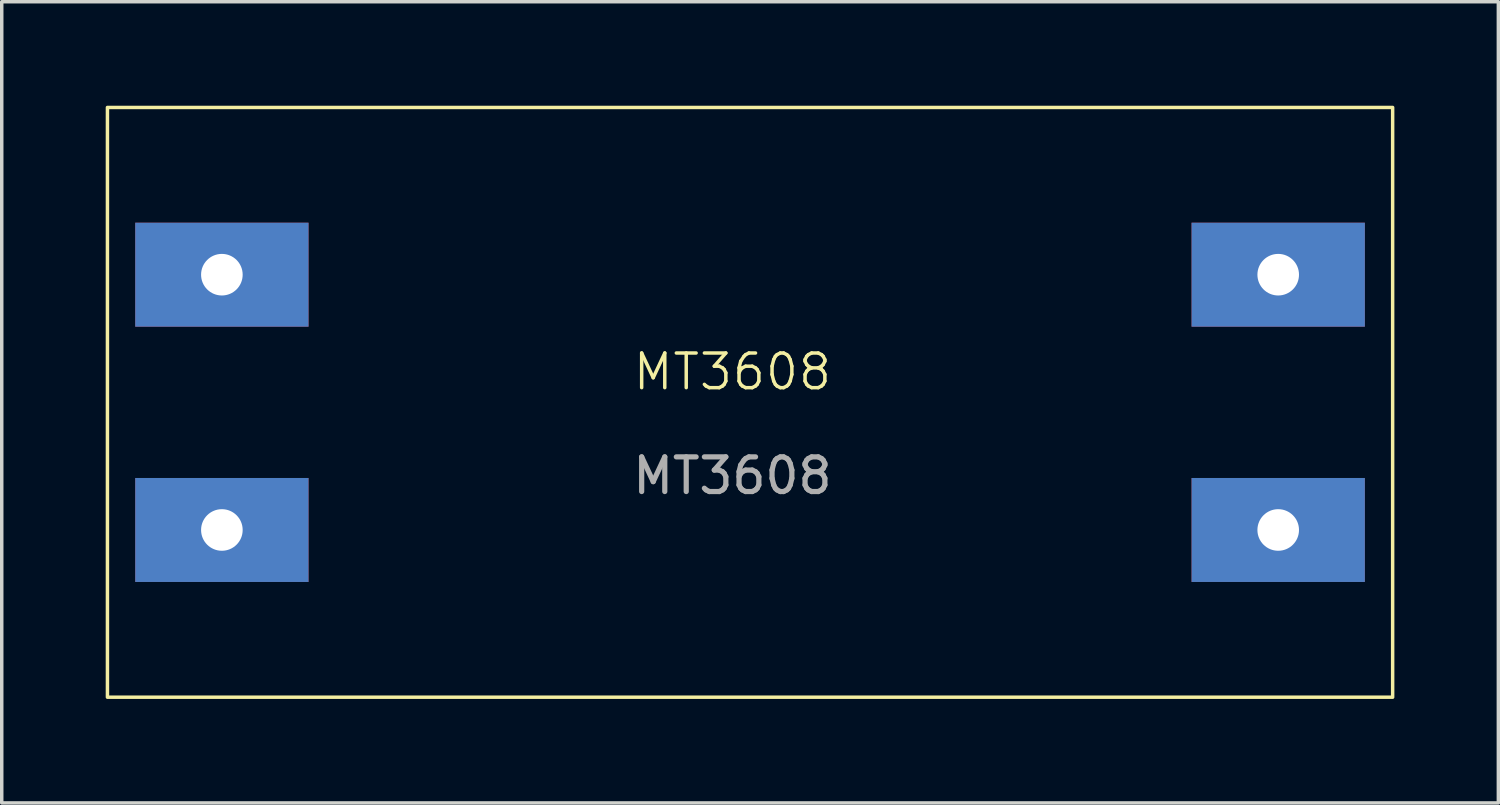
<source format=kicad_pcb>
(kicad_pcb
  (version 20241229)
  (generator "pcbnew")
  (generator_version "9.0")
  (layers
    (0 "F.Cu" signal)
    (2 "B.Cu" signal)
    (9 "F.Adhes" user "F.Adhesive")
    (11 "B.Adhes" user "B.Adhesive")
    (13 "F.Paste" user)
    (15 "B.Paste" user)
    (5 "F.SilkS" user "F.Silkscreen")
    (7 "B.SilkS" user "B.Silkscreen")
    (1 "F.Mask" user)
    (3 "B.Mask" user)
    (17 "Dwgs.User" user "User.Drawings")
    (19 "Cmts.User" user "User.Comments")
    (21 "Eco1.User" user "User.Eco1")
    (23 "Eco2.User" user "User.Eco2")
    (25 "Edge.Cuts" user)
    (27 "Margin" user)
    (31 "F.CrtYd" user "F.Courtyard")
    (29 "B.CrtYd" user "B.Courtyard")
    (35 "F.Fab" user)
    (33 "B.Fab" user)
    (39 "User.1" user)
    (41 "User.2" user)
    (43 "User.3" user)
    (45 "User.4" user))
  (footprint "MT3608"
    (layer "F.Cu")
    (at 18.084 8.178)
    (property "Reference" "MT3608" (at 0 -0.5 0) (unlocked yes) (layer "F.SilkS") (effects (font (size 1 1) (thickness 0.1))))
    (attr through_hole)
    (fp_rect (start -18.034 -8.128) (end 19.05 8.89) (stroke (width 0.1) (type default)) (fill no) (layer "F.SilkS"))
    (fp_text user "${REFERENCE}" (at 0 2.5 0) (unlocked yes) (layer "F.Fab") (effects (font (size 1 1) (thickness 0.15))))
    (pad "1" thru_hole rect (at -14.732 -3.302) (size 5 3) (drill 1.2) (layers "*.Cu" "*.Mask"))
    (pad "2" thru_hole rect (at -14.732 4.064) (size 5 3) (drill 1.2) (layers "*.Cu" "*.Mask"))
    (pad "3" thru_hole rect (at 15.748 -3.302) (size 5 3) (drill 1.2) (layers "*.Cu" "*.Mask"))
    (pad "4" thru_hole rect (at 15.748 4.064) (size 5 3) (drill 1.2) (layers "*.Cu" "*.Mask")))
  (gr_rect
    (start -3 -3)
    (end 40.184 20.118)
    (stroke (width 0.1) (type default))
    (fill no)
    (layer "Edge.Cuts")))
</source>
